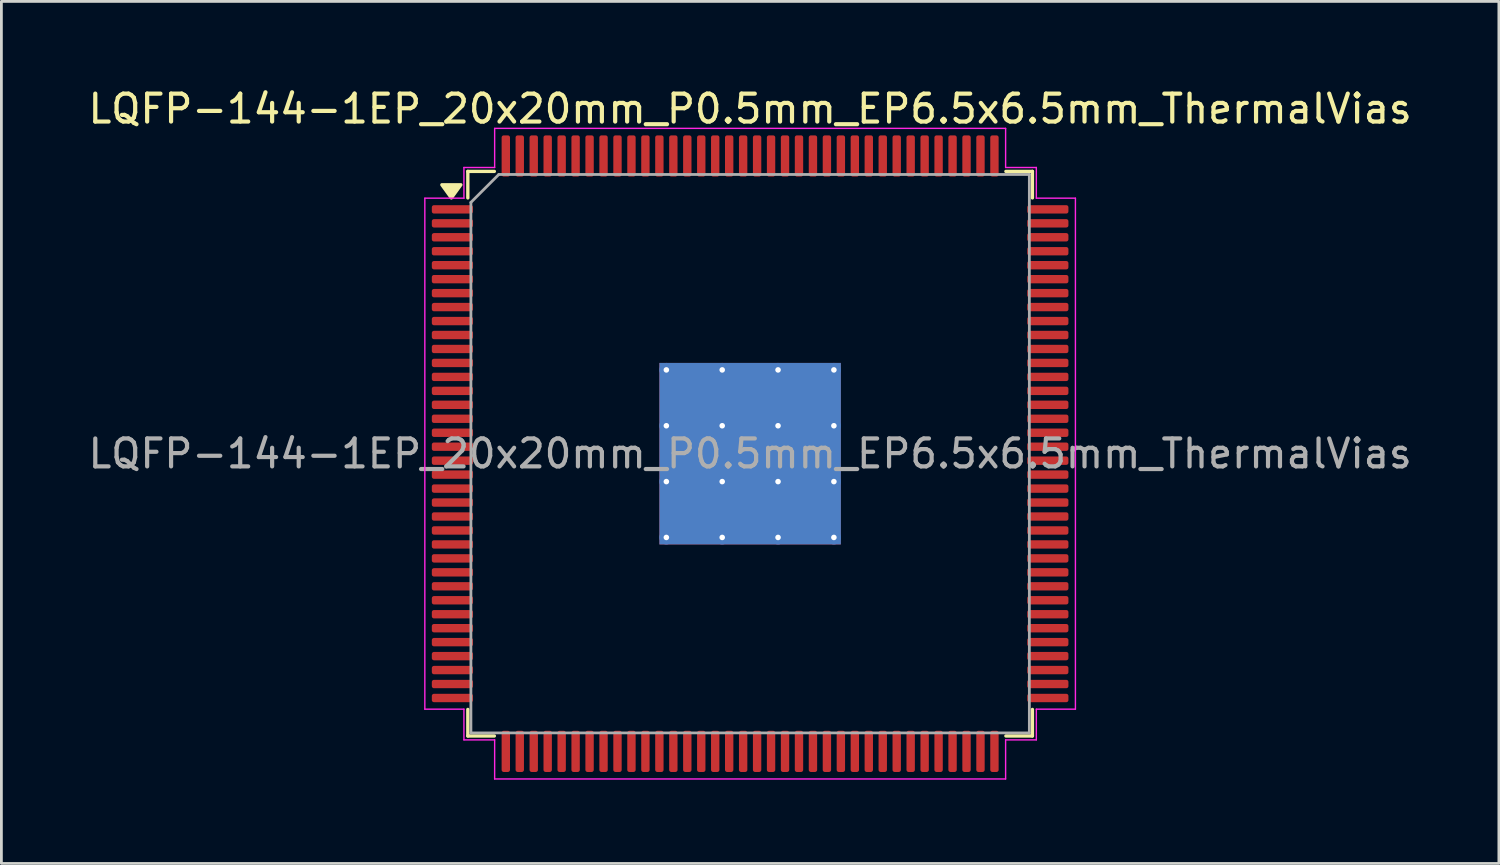
<source format=kicad_pcb>
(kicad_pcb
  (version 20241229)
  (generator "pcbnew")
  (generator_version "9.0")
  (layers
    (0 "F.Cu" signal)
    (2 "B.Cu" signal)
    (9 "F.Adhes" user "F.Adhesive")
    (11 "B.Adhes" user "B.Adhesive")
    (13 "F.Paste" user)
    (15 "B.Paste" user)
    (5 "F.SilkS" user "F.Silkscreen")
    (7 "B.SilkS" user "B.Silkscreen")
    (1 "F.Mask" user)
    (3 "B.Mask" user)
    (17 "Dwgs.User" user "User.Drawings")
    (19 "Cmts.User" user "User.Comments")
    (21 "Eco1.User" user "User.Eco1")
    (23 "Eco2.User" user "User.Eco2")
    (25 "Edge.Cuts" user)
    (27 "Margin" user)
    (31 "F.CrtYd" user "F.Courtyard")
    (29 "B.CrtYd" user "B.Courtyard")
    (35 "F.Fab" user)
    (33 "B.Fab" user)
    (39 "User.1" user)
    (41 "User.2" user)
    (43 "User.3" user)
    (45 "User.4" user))
  (footprint "LQFP-144-1EP_20x20mm_P0.5mm_EP6.5x6.5mm_ThermalVias"
    (layer "F.Cu")
    (at 23.815 13.198)
    (property "Reference" "LQFP-144-1EP_20x20mm_P0.5mm_EP6.5x6.5mm_ThermalVias" (at 0 -12.35 0) (layer "F.SilkS") (effects (font (size 1 1) (thickness 0.15))))
    (attr smd)
    (fp_line (start -10.11 -10.11) (end -10.11 -9.16) (stroke (width 0.12) (type solid)) (layer "F.SilkS"))
    (fp_line (start -10.11 10.11) (end -10.11 9.16) (stroke (width 0.12) (type solid)) (layer "F.SilkS"))
    (fp_line (start -9.16 -10.11) (end -10.11 -10.11) (stroke (width 0.12) (type solid)) (layer "F.SilkS"))
    (fp_line (start -9.16 10.11) (end -10.11 10.11) (stroke (width 0.12) (type solid)) (layer "F.SilkS"))
    (fp_line (start 9.16 -10.11) (end 10.11 -10.11) (stroke (width 0.12) (type solid)) (layer "F.SilkS"))
    (fp_line (start 9.16 10.11) (end 10.11 10.11) (stroke (width 0.12) (type solid)) (layer "F.SilkS"))
    (fp_line (start 10.11 -10.11) (end 10.11 -9.16) (stroke (width 0.12) (type solid)) (layer "F.SilkS"))
    (fp_line (start 10.11 10.11) (end 10.11 9.16) (stroke (width 0.12) (type solid)) (layer "F.SilkS"))
    (fp_poly (pts (xy -10.7 -9.16) (xy -11.04 -9.63) (xy -10.36 -9.63)) (stroke (width 0.12) (type solid)) (fill yes) (layer "F.SilkS"))
    (fp_line (start -11.65 -9.15) (end -10.25 -9.15) (stroke (width 0.05) (type solid)) (layer "F.CrtYd"))
    (fp_line (start -11.65 9.15) (end -11.65 -9.15) (stroke (width 0.05) (type solid)) (layer "F.CrtYd"))
    (fp_line (start -10.25 -10.25) (end -9.15 -10.25) (stroke (width 0.05) (type solid)) (layer "F.CrtYd"))
    (fp_line (start -10.25 -9.15) (end -10.25 -10.25) (stroke (width 0.05) (type solid)) (layer "F.CrtYd"))
    (fp_line (start -10.25 9.15) (end -11.65 9.15) (stroke (width 0.05) (type solid)) (layer "F.CrtYd"))
    (fp_line (start -10.25 10.25) (end -10.25 9.15) (stroke (width 0.05) (type solid)) (layer "F.CrtYd"))
    (fp_line (start -9.15 -11.65) (end 9.15 -11.65) (stroke (width 0.05) (type solid)) (layer "F.CrtYd"))
    (fp_line (start -9.15 -10.25) (end -9.15 -11.65) (stroke (width 0.05) (type solid)) (layer "F.CrtYd"))
    (fp_line (start -9.15 10.25) (end -10.25 10.25) (stroke (width 0.05) (type solid)) (layer "F.CrtYd"))
    (fp_line (start -9.15 11.65) (end -9.15 10.25) (stroke (width 0.05) (type solid)) (layer "F.CrtYd"))
    (fp_line (start 9.15 -11.65) (end 9.15 -10.25) (stroke (width 0.05) (type solid)) (layer "F.CrtYd"))
    (fp_line (start 9.15 -10.25) (end 10.25 -10.25) (stroke (width 0.05) (type solid)) (layer "F.CrtYd"))
    (fp_line (start 9.15 10.25) (end 9.15 11.65) (stroke (width 0.05) (type solid)) (layer "F.CrtYd"))
    (fp_line (start 9.15 11.65) (end -9.15 11.65) (stroke (width 0.05) (type solid)) (layer "F.CrtYd"))
    (fp_line (start 10.25 -10.25) (end 10.25 -9.15) (stroke (width 0.05) (type solid)) (layer "F.CrtYd"))
    (fp_line (start 10.25 -9.15) (end 11.65 -9.15) (stroke (width 0.05) (type solid)) (layer "F.CrtYd"))
    (fp_line (start 10.25 9.15) (end 10.25 10.25) (stroke (width 0.05) (type solid)) (layer "F.CrtYd"))
    (fp_line (start 10.25 10.25) (end 9.15 10.25) (stroke (width 0.05) (type solid)) (layer "F.CrtYd"))
    (fp_line (start 11.65 -9.15) (end 11.65 9.15) (stroke (width 0.05) (type solid)) (layer "F.CrtYd"))
    (fp_line (start 11.65 9.15) (end 10.25 9.15) (stroke (width 0.05) (type solid)) (layer "F.CrtYd"))
    (fp_line (start -10 -9) (end -9 -10) (stroke (width 0.1) (type solid)) (layer "F.Fab"))
    (fp_line (start -10 10) (end -10 -9) (stroke (width 0.1) (type solid)) (layer "F.Fab"))
    (fp_line (start -9 -10) (end 10 -10) (stroke (width 0.1) (type solid)) (layer "F.Fab"))
    (fp_line (start 10 -10) (end 10 10) (stroke (width 0.1) (type solid)) (layer "F.Fab"))
    (fp_line (start 10 10) (end -10 10) (stroke (width 0.1) (type solid)) (layer "F.Fab"))
    (fp_text user "${REFERENCE}" (at 0 0 0) (layer "F.Fab") (effects (font (size 1 1) (thickness 0.15))))
    (pad "" smd roundrect (at -2.17 -2.17) (size 1.75 1.75) (layers "F.Paste") (roundrect_rratio 0.143))
    (pad "" smd roundrect (at -2.17 0) (size 1.75 1.75) (layers "F.Paste") (roundrect_rratio 0.143))
    (pad "" smd roundrect (at -2.17 2.17) (size 1.75 1.75) (layers "F.Paste") (roundrect_rratio 0.143))
    (pad "" smd roundrect (at 0 -2.17) (size 1.75 1.75) (layers "F.Paste") (roundrect_rratio 0.143))
    (pad "" smd roundrect (at 0 0) (size 1.75 1.75) (layers "F.Paste") (roundrect_rratio 0.143))
    (pad "" smd roundrect (at 0 2.17) (size 1.75 1.75) (layers "F.Paste") (roundrect_rratio 0.143))
    (pad "" smd roundrect (at 2.17 -2.17) (size 1.75 1.75) (layers "F.Paste") (roundrect_rratio 0.143))
    (pad "" smd roundrect (at 2.17 0) (size 1.75 1.75) (layers "F.Paste") (roundrect_rratio 0.143))
    (pad "" smd roundrect (at 2.17 2.17) (size 1.75 1.75) (layers "F.Paste") (roundrect_rratio 0.143))
    (pad "1" smd roundrect (at -10.662 -8.75) (size 1.475 0.3) (layers "F.Cu" "F.Mask" "F.Paste") (roundrect_rratio 0.25))
    (pad "2" smd roundrect (at -10.662 -8.25) (size 1.475 0.3) (layers "F.Cu" "F.Mask" "F.Paste") (roundrect_rratio 0.25))
    (pad "3" smd roundrect (at -10.662 -7.75) (size 1.475 0.3) (layers "F.Cu" "F.Mask" "F.Paste") (roundrect_rratio 0.25))
    (pad "4" smd roundrect (at -10.662 -7.25) (size 1.475 0.3) (layers "F.Cu" "F.Mask" "F.Paste") (roundrect_rratio 0.25))
    (pad "5" smd roundrect (at -10.662 -6.75) (size 1.475 0.3) (layers "F.Cu" "F.Mask" "F.Paste") (roundrect_rratio 0.25))
    (pad "6" smd roundrect (at -10.662 -6.25) (size 1.475 0.3) (layers "F.Cu" "F.Mask" "F.Paste") (roundrect_rratio 0.25))
    (pad "7" smd roundrect (at -10.662 -5.75) (size 1.475 0.3) (layers "F.Cu" "F.Mask" "F.Paste") (roundrect_rratio 0.25))
    (pad "8" smd roundrect (at -10.662 -5.25) (size 1.475 0.3) (layers "F.Cu" "F.Mask" "F.Paste") (roundrect_rratio 0.25))
    (pad "9" smd roundrect (at -10.662 -4.75) (size 1.475 0.3) (layers "F.Cu" "F.Mask" "F.Paste") (roundrect_rratio 0.25))
    (pad "10" smd roundrect (at -10.662 -4.25) (size 1.475 0.3) (layers "F.Cu" "F.Mask" "F.Paste") (roundrect_rratio 0.25))
    (pad "11" smd roundrect (at -10.662 -3.75) (size 1.475 0.3) (layers "F.Cu" "F.Mask" "F.Paste") (roundrect_rratio 0.25))
    (pad "12" smd roundrect (at -10.662 -3.25) (size 1.475 0.3) (layers "F.Cu" "F.Mask" "F.Paste") (roundrect_rratio 0.25))
    (pad "13" smd roundrect (at -10.662 -2.75) (size 1.475 0.3) (layers "F.Cu" "F.Mask" "F.Paste") (roundrect_rratio 0.25))
    (pad "14" smd roundrect (at -10.662 -2.25) (size 1.475 0.3) (layers "F.Cu" "F.Mask" "F.Paste") (roundrect_rratio 0.25))
    (pad "15" smd roundrect (at -10.662 -1.75) (size 1.475 0.3) (layers "F.Cu" "F.Mask" "F.Paste") (roundrect_rratio 0.25))
    (pad "16" smd roundrect (at -10.662 -1.25) (size 1.475 0.3) (layers "F.Cu" "F.Mask" "F.Paste") (roundrect_rratio 0.25))
    (pad "17" smd roundrect (at -10.662 -0.75) (size 1.475 0.3) (layers "F.Cu" "F.Mask" "F.Paste") (roundrect_rratio 0.25))
    (pad "18" smd roundrect (at -10.662 -0.25) (size 1.475 0.3) (layers "F.Cu" "F.Mask" "F.Paste") (roundrect_rratio 0.25))
    (pad "19" smd roundrect (at -10.662 0.25) (size 1.475 0.3) (layers "F.Cu" "F.Mask" "F.Paste") (roundrect_rratio 0.25))
    (pad "20" smd roundrect (at -10.662 0.75) (size 1.475 0.3) (layers "F.Cu" "F.Mask" "F.Paste") (roundrect_rratio 0.25))
    (pad "21" smd roundrect (at -10.662 1.25) (size 1.475 0.3) (layers "F.Cu" "F.Mask" "F.Paste") (roundrect_rratio 0.25))
    (pad "22" smd roundrect (at -10.662 1.75) (size 1.475 0.3) (layers "F.Cu" "F.Mask" "F.Paste") (roundrect_rratio 0.25))
    (pad "23" smd roundrect (at -10.662 2.25) (size 1.475 0.3) (layers "F.Cu" "F.Mask" "F.Paste") (roundrect_rratio 0.25))
    (pad "24" smd roundrect (at -10.662 2.75) (size 1.475 0.3) (layers "F.Cu" "F.Mask" "F.Paste") (roundrect_rratio 0.25))
    (pad "25" smd roundrect (at -10.662 3.25) (size 1.475 0.3) (layers "F.Cu" "F.Mask" "F.Paste") (roundrect_rratio 0.25))
    (pad "26" smd roundrect (at -10.662 3.75) (size 1.475 0.3) (layers "F.Cu" "F.Mask" "F.Paste") (roundrect_rratio 0.25))
    (pad "27" smd roundrect (at -10.662 4.25) (size 1.475 0.3) (layers "F.Cu" "F.Mask" "F.Paste") (roundrect_rratio 0.25))
    (pad "28" smd roundrect (at -10.662 4.75) (size 1.475 0.3) (layers "F.Cu" "F.Mask" "F.Paste") (roundrect_rratio 0.25))
    (pad "29" smd roundrect (at -10.662 5.25) (size 1.475 0.3) (layers "F.Cu" "F.Mask" "F.Paste") (roundrect_rratio 0.25))
    (pad "30" smd roundrect (at -10.662 5.75) (size 1.475 0.3) (layers "F.Cu" "F.Mask" "F.Paste") (roundrect_rratio 0.25))
    (pad "31" smd roundrect (at -10.662 6.25) (size 1.475 0.3) (layers "F.Cu" "F.Mask" "F.Paste") (roundrect_rratio 0.25))
    (pad "32" smd roundrect (at -10.662 6.75) (size 1.475 0.3) (layers "F.Cu" "F.Mask" "F.Paste") (roundrect_rratio 0.25))
    (pad "33" smd roundrect (at -10.662 7.25) (size 1.475 0.3) (layers "F.Cu" "F.Mask" "F.Paste") (roundrect_rratio 0.25))
    (pad "34" smd roundrect (at -10.662 7.75) (size 1.475 0.3) (layers "F.Cu" "F.Mask" "F.Paste") (roundrect_rratio 0.25))
    (pad "35" smd roundrect (at -10.662 8.25) (size 1.475 0.3) (layers "F.Cu" "F.Mask" "F.Paste") (roundrect_rratio 0.25))
    (pad "36" smd roundrect (at -10.662 8.75) (size 1.475 0.3) (layers "F.Cu" "F.Mask" "F.Paste") (roundrect_rratio 0.25))
    (pad "37" smd roundrect (at -8.75 10.662) (size 0.3 1.475) (layers "F.Cu" "F.Mask" "F.Paste") (roundrect_rratio 0.25))
    (pad "38" smd roundrect (at -8.25 10.662) (size 0.3 1.475) (layers "F.Cu" "F.Mask" "F.Paste") (roundrect_rratio 0.25))
    (pad "39" smd roundrect (at -7.75 10.662) (size 0.3 1.475) (layers "F.Cu" "F.Mask" "F.Paste") (roundrect_rratio 0.25))
    (pad "40" smd roundrect (at -7.25 10.662) (size 0.3 1.475) (layers "F.Cu" "F.Mask" "F.Paste") (roundrect_rratio 0.25))
    (pad "41" smd roundrect (at -6.75 10.662) (size 0.3 1.475) (layers "F.Cu" "F.Mask" "F.Paste") (roundrect_rratio 0.25))
    (pad "42" smd roundrect (at -6.25 10.662) (size 0.3 1.475) (layers "F.Cu" "F.Mask" "F.Paste") (roundrect_rratio 0.25))
    (pad "43" smd roundrect (at -5.75 10.662) (size 0.3 1.475) (layers "F.Cu" "F.Mask" "F.Paste") (roundrect_rratio 0.25))
    (pad "44" smd roundrect (at -5.25 10.662) (size 0.3 1.475) (layers "F.Cu" "F.Mask" "F.Paste") (roundrect_rratio 0.25))
    (pad "45" smd roundrect (at -4.75 10.662) (size 0.3 1.475) (layers "F.Cu" "F.Mask" "F.Paste") (roundrect_rratio 0.25))
    (pad "46" smd roundrect (at -4.25 10.662) (size 0.3 1.475) (layers "F.Cu" "F.Mask" "F.Paste") (roundrect_rratio 0.25))
    (pad "47" smd roundrect (at -3.75 10.662) (size 0.3 1.475) (layers "F.Cu" "F.Mask" "F.Paste") (roundrect_rratio 0.25))
    (pad "48" smd roundrect (at -3.25 10.662) (size 0.3 1.475) (layers "F.Cu" "F.Mask" "F.Paste") (roundrect_rratio 0.25))
    (pad "49" smd roundrect (at -2.75 10.662) (size 0.3 1.475) (layers "F.Cu" "F.Mask" "F.Paste") (roundrect_rratio 0.25))
    (pad "50" smd roundrect (at -2.25 10.662) (size 0.3 1.475) (layers "F.Cu" "F.Mask" "F.Paste") (roundrect_rratio 0.25))
    (pad "51" smd roundrect (at -1.75 10.662) (size 0.3 1.475) (layers "F.Cu" "F.Mask" "F.Paste") (roundrect_rratio 0.25))
    (pad "52" smd roundrect (at -1.25 10.662) (size 0.3 1.475) (layers "F.Cu" "F.Mask" "F.Paste") (roundrect_rratio 0.25))
    (pad "53" smd roundrect (at -0.75 10.662) (size 0.3 1.475) (layers "F.Cu" "F.Mask" "F.Paste") (roundrect_rratio 0.25))
    (pad "54" smd roundrect (at -0.25 10.662) (size 0.3 1.475) (layers "F.Cu" "F.Mask" "F.Paste") (roundrect_rratio 0.25))
    (pad "55" smd roundrect (at 0.25 10.662) (size 0.3 1.475) (layers "F.Cu" "F.Mask" "F.Paste") (roundrect_rratio 0.25))
    (pad "56" smd roundrect (at 0.75 10.662) (size 0.3 1.475) (layers "F.Cu" "F.Mask" "F.Paste") (roundrect_rratio 0.25))
    (pad "57" smd roundrect (at 1.25 10.662) (size 0.3 1.475) (layers "F.Cu" "F.Mask" "F.Paste") (roundrect_rratio 0.25))
    (pad "58" smd roundrect (at 1.75 10.662) (size 0.3 1.475) (layers "F.Cu" "F.Mask" "F.Paste") (roundrect_rratio 0.25))
    (pad "59" smd roundrect (at 2.25 10.662) (size 0.3 1.475) (layers "F.Cu" "F.Mask" "F.Paste") (roundrect_rratio 0.25))
    (pad "60" smd roundrect (at 2.75 10.662) (size 0.3 1.475) (layers "F.Cu" "F.Mask" "F.Paste") (roundrect_rratio 0.25))
    (pad "61" smd roundrect (at 3.25 10.662) (size 0.3 1.475) (layers "F.Cu" "F.Mask" "F.Paste") (roundrect_rratio 0.25))
    (pad "62" smd roundrect (at 3.75 10.662) (size 0.3 1.475) (layers "F.Cu" "F.Mask" "F.Paste") (roundrect_rratio 0.25))
    (pad "63" smd roundrect (at 4.25 10.662) (size 0.3 1.475) (layers "F.Cu" "F.Mask" "F.Paste") (roundrect_rratio 0.25))
    (pad "64" smd roundrect (at 4.75 10.662) (size 0.3 1.475) (layers "F.Cu" "F.Mask" "F.Paste") (roundrect_rratio 0.25))
    (pad "65" smd roundrect (at 5.25 10.662) (size 0.3 1.475) (layers "F.Cu" "F.Mask" "F.Paste") (roundrect_rratio 0.25))
    (pad "66" smd roundrect (at 5.75 10.662) (size 0.3 1.475) (layers "F.Cu" "F.Mask" "F.Paste") (roundrect_rratio 0.25))
    (pad "67" smd roundrect (at 6.25 10.662) (size 0.3 1.475) (layers "F.Cu" "F.Mask" "F.Paste") (roundrect_rratio 0.25))
    (pad "68" smd roundrect (at 6.75 10.662) (size 0.3 1.475) (layers "F.Cu" "F.Mask" "F.Paste") (roundrect_rratio 0.25))
    (pad "69" smd roundrect (at 7.25 10.662) (size 0.3 1.475) (layers "F.Cu" "F.Mask" "F.Paste") (roundrect_rratio 0.25))
    (pad "70" smd roundrect (at 7.75 10.662) (size 0.3 1.475) (layers "F.Cu" "F.Mask" "F.Paste") (roundrect_rratio 0.25))
    (pad "71" smd roundrect (at 8.25 10.662) (size 0.3 1.475) (layers "F.Cu" "F.Mask" "F.Paste") (roundrect_rratio 0.25))
    (pad "72" smd roundrect (at 8.75 10.662) (size 0.3 1.475) (layers "F.Cu" "F.Mask" "F.Paste") (roundrect_rratio 0.25))
    (pad "73" smd roundrect (at 10.662 8.75) (size 1.475 0.3) (layers "F.Cu" "F.Mask" "F.Paste") (roundrect_rratio 0.25))
    (pad "74" smd roundrect (at 10.662 8.25) (size 1.475 0.3) (layers "F.Cu" "F.Mask" "F.Paste") (roundrect_rratio 0.25))
    (pad "75" smd roundrect (at 10.662 7.75) (size 1.475 0.3) (layers "F.Cu" "F.Mask" "F.Paste") (roundrect_rratio 0.25))
    (pad "76" smd roundrect (at 10.662 7.25) (size 1.475 0.3) (layers "F.Cu" "F.Mask" "F.Paste") (roundrect_rratio 0.25))
    (pad "77" smd roundrect (at 10.662 6.75) (size 1.475 0.3) (layers "F.Cu" "F.Mask" "F.Paste") (roundrect_rratio 0.25))
    (pad "78" smd roundrect (at 10.662 6.25) (size 1.475 0.3) (layers "F.Cu" "F.Mask" "F.Paste") (roundrect_rratio 0.25))
    (pad "79" smd roundrect (at 10.662 5.75) (size 1.475 0.3) (layers "F.Cu" "F.Mask" "F.Paste") (roundrect_rratio 0.25))
    (pad "80" smd roundrect (at 10.662 5.25) (size 1.475 0.3) (layers "F.Cu" "F.Mask" "F.Paste") (roundrect_rratio 0.25))
    (pad "81" smd roundrect (at 10.662 4.75) (size 1.475 0.3) (layers "F.Cu" "F.Mask" "F.Paste") (roundrect_rratio 0.25))
    (pad "82" smd roundrect (at 10.662 4.25) (size 1.475 0.3) (layers "F.Cu" "F.Mask" "F.Paste") (roundrect_rratio 0.25))
    (pad "83" smd roundrect (at 10.662 3.75) (size 1.475 0.3) (layers "F.Cu" "F.Mask" "F.Paste") (roundrect_rratio 0.25))
    (pad "84" smd roundrect (at 10.662 3.25) (size 1.475 0.3) (layers "F.Cu" "F.Mask" "F.Paste") (roundrect_rratio 0.25))
    (pad "85" smd roundrect (at 10.662 2.75) (size 1.475 0.3) (layers "F.Cu" "F.Mask" "F.Paste") (roundrect_rratio 0.25))
    (pad "86" smd roundrect (at 10.662 2.25) (size 1.475 0.3) (layers "F.Cu" "F.Mask" "F.Paste") (roundrect_rratio 0.25))
    (pad "87" smd roundrect (at 10.662 1.75) (size 1.475 0.3) (layers "F.Cu" "F.Mask" "F.Paste") (roundrect_rratio 0.25))
    (pad "88" smd roundrect (at 10.662 1.25) (size 1.475 0.3) (layers "F.Cu" "F.Mask" "F.Paste") (roundrect_rratio 0.25))
    (pad "89" smd roundrect (at 10.662 0.75) (size 1.475 0.3) (layers "F.Cu" "F.Mask" "F.Paste") (roundrect_rratio 0.25))
    (pad "90" smd roundrect (at 10.662 0.25) (size 1.475 0.3) (layers "F.Cu" "F.Mask" "F.Paste") (roundrect_rratio 0.25))
    (pad "91" smd roundrect (at 10.662 -0.25) (size 1.475 0.3) (layers "F.Cu" "F.Mask" "F.Paste") (roundrect_rratio 0.25))
    (pad "92" smd roundrect (at 10.662 -0.75) (size 1.475 0.3) (layers "F.Cu" "F.Mask" "F.Paste") (roundrect_rratio 0.25))
    (pad "93" smd roundrect (at 10.662 -1.25) (size 1.475 0.3) (layers "F.Cu" "F.Mask" "F.Paste") (roundrect_rratio 0.25))
    (pad "94" smd roundrect (at 10.662 -1.75) (size 1.475 0.3) (layers "F.Cu" "F.Mask" "F.Paste") (roundrect_rratio 0.25))
    (pad "95" smd roundrect (at 10.662 -2.25) (size 1.475 0.3) (layers "F.Cu" "F.Mask" "F.Paste") (roundrect_rratio 0.25))
    (pad "96" smd roundrect (at 10.662 -2.75) (size 1.475 0.3) (layers "F.Cu" "F.Mask" "F.Paste") (roundrect_rratio 0.25))
    (pad "97" smd roundrect (at 10.662 -3.25) (size 1.475 0.3) (layers "F.Cu" "F.Mask" "F.Paste") (roundrect_rratio 0.25))
    (pad "98" smd roundrect (at 10.662 -3.75) (size 1.475 0.3) (layers "F.Cu" "F.Mask" "F.Paste") (roundrect_rratio 0.25))
    (pad "99" smd roundrect (at 10.662 -4.25) (size 1.475 0.3) (layers "F.Cu" "F.Mask" "F.Paste") (roundrect_rratio 0.25))
    (pad "100" smd roundrect (at 10.662 -4.75) (size 1.475 0.3) (layers "F.Cu" "F.Mask" "F.Paste") (roundrect_rratio 0.25))
    (pad "101" smd roundrect (at 10.662 -5.25) (size 1.475 0.3) (layers "F.Cu" "F.Mask" "F.Paste") (roundrect_rratio 0.25))
    (pad "102" smd roundrect (at 10.662 -5.75) (size 1.475 0.3) (layers "F.Cu" "F.Mask" "F.Paste") (roundrect_rratio 0.25))
    (pad "103" smd roundrect (at 10.662 -6.25) (size 1.475 0.3) (layers "F.Cu" "F.Mask" "F.Paste") (roundrect_rratio 0.25))
    (pad "104" smd roundrect (at 10.662 -6.75) (size 1.475 0.3) (layers "F.Cu" "F.Mask" "F.Paste") (roundrect_rratio 0.25))
    (pad "105" smd roundrect (at 10.662 -7.25) (size 1.475 0.3) (layers "F.Cu" "F.Mask" "F.Paste") (roundrect_rratio 0.25))
    (pad "106" smd roundrect (at 10.662 -7.75) (size 1.475 0.3) (layers "F.Cu" "F.Mask" "F.Paste") (roundrect_rratio 0.25))
    (pad "107" smd roundrect (at 10.662 -8.25) (size 1.475 0.3) (layers "F.Cu" "F.Mask" "F.Paste") (roundrect_rratio 0.25))
    (pad "108" smd roundrect (at 10.662 -8.75) (size 1.475 0.3) (layers "F.Cu" "F.Mask" "F.Paste") (roundrect_rratio 0.25))
    (pad "109" smd roundrect (at 8.75 -10.662) (size 0.3 1.475) (layers "F.Cu" "F.Mask" "F.Paste") (roundrect_rratio 0.25))
    (pad "110" smd roundrect (at 8.25 -10.662) (size 0.3 1.475) (layers "F.Cu" "F.Mask" "F.Paste") (roundrect_rratio 0.25))
    (pad "111" smd roundrect (at 7.75 -10.662) (size 0.3 1.475) (layers "F.Cu" "F.Mask" "F.Paste") (roundrect_rratio 0.25))
    (pad "112" smd roundrect (at 7.25 -10.662) (size 0.3 1.475) (layers "F.Cu" "F.Mask" "F.Paste") (roundrect_rratio 0.25))
    (pad "113" smd roundrect (at 6.75 -10.662) (size 0.3 1.475) (layers "F.Cu" "F.Mask" "F.Paste") (roundrect_rratio 0.25))
    (pad "114" smd roundrect (at 6.25 -10.662) (size 0.3 1.475) (layers "F.Cu" "F.Mask" "F.Paste") (roundrect_rratio 0.25))
    (pad "115" smd roundrect (at 5.75 -10.662) (size 0.3 1.475) (layers "F.Cu" "F.Mask" "F.Paste") (roundrect_rratio 0.25))
    (pad "116" smd roundrect (at 5.25 -10.662) (size 0.3 1.475) (layers "F.Cu" "F.Mask" "F.Paste") (roundrect_rratio 0.25))
    (pad "117" smd roundrect (at 4.75 -10.662) (size 0.3 1.475) (layers "F.Cu" "F.Mask" "F.Paste") (roundrect_rratio 0.25))
    (pad "118" smd roundrect (at 4.25 -10.662) (size 0.3 1.475) (layers "F.Cu" "F.Mask" "F.Paste") (roundrect_rratio 0.25))
    (pad "119" smd roundrect (at 3.75 -10.662) (size 0.3 1.475) (layers "F.Cu" "F.Mask" "F.Paste") (roundrect_rratio 0.25))
    (pad "120" smd roundrect (at 3.25 -10.662) (size 0.3 1.475) (layers "F.Cu" "F.Mask" "F.Paste") (roundrect_rratio 0.25))
    (pad "121" smd roundrect (at 2.75 -10.662) (size 0.3 1.475) (layers "F.Cu" "F.Mask" "F.Paste") (roundrect_rratio 0.25))
    (pad "122" smd roundrect (at 2.25 -10.662) (size 0.3 1.475) (layers "F.Cu" "F.Mask" "F.Paste") (roundrect_rratio 0.25))
    (pad "123" smd roundrect (at 1.75 -10.662) (size 0.3 1.475) (layers "F.Cu" "F.Mask" "F.Paste") (roundrect_rratio 0.25))
    (pad "124" smd roundrect (at 1.25 -10.662) (size 0.3 1.475) (layers "F.Cu" "F.Mask" "F.Paste") (roundrect_rratio 0.25))
    (pad "125" smd roundrect (at 0.75 -10.662) (size 0.3 1.475) (layers "F.Cu" "F.Mask" "F.Paste") (roundrect_rratio 0.25))
    (pad "126" smd roundrect (at 0.25 -10.662) (size 0.3 1.475) (layers "F.Cu" "F.Mask" "F.Paste") (roundrect_rratio 0.25))
    (pad "127" smd roundrect (at -0.25 -10.662) (size 0.3 1.475) (layers "F.Cu" "F.Mask" "F.Paste") (roundrect_rratio 0.25))
    (pad "128" smd roundrect (at -0.75 -10.662) (size 0.3 1.475) (layers "F.Cu" "F.Mask" "F.Paste") (roundrect_rratio 0.25))
    (pad "129" smd roundrect (at -1.25 -10.662) (size 0.3 1.475) (layers "F.Cu" "F.Mask" "F.Paste") (roundrect_rratio 0.25))
    (pad "130" smd roundrect (at -1.75 -10.662) (size 0.3 1.475) (layers "F.Cu" "F.Mask" "F.Paste") (roundrect_rratio 0.25))
    (pad "131" smd roundrect (at -2.25 -10.662) (size 0.3 1.475) (layers "F.Cu" "F.Mask" "F.Paste") (roundrect_rratio 0.25))
    (pad "132" smd roundrect (at -2.75 -10.662) (size 0.3 1.475) (layers "F.Cu" "F.Mask" "F.Paste") (roundrect_rratio 0.25))
    (pad "133" smd roundrect (at -3.25 -10.662) (size 0.3 1.475) (layers "F.Cu" "F.Mask" "F.Paste") (roundrect_rratio 0.25))
    (pad "134" smd roundrect (at -3.75 -10.662) (size 0.3 1.475) (layers "F.Cu" "F.Mask" "F.Paste") (roundrect_rratio 0.25))
    (pad "135" smd roundrect (at -4.25 -10.662) (size 0.3 1.475) (layers "F.Cu" "F.Mask" "F.Paste") (roundrect_rratio 0.25))
    (pad "136" smd roundrect (at -4.75 -10.662) (size 0.3 1.475) (layers "F.Cu" "F.Mask" "F.Paste") (roundrect_rratio 0.25))
    (pad "137" smd roundrect (at -5.25 -10.662) (size 0.3 1.475) (layers "F.Cu" "F.Mask" "F.Paste") (roundrect_rratio 0.25))
    (pad "138" smd roundrect (at -5.75 -10.662) (size 0.3 1.475) (layers "F.Cu" "F.Mask" "F.Paste") (roundrect_rratio 0.25))
    (pad "139" smd roundrect (at -6.25 -10.662) (size 0.3 1.475) (layers "F.Cu" "F.Mask" "F.Paste") (roundrect_rratio 0.25))
    (pad "140" smd roundrect (at -6.75 -10.662) (size 0.3 1.475) (layers "F.Cu" "F.Mask" "F.Paste") (roundrect_rratio 0.25))
    (pad "141" smd roundrect (at -7.25 -10.662) (size 0.3 1.475) (layers "F.Cu" "F.Mask" "F.Paste") (roundrect_rratio 0.25))
    (pad "142" smd roundrect (at -7.75 -10.662) (size 0.3 1.475) (layers "F.Cu" "F.Mask" "F.Paste") (roundrect_rratio 0.25))
    (pad "143" smd roundrect (at -8.25 -10.662) (size 0.3 1.475) (layers "F.Cu" "F.Mask" "F.Paste") (roundrect_rratio 0.25))
    (pad "144" smd roundrect (at -8.75 -10.662) (size 0.3 1.475) (layers "F.Cu" "F.Mask" "F.Paste") (roundrect_rratio 0.25))
    (pad "145" thru_hole circle (at -3 -3) (size 0.5 0.5) (drill 0.2) (property pad_prop_heatsink) (layers "*.Cu"))
    (pad "145" thru_hole circle (at -3 -1) (size 0.5 0.5) (drill 0.2) (property pad_prop_heatsink) (layers "*.Cu"))
    (pad "145" thru_hole circle (at -3 1) (size 0.5 0.5) (drill 0.2) (property pad_prop_heatsink) (layers "*.Cu"))
    (pad "145" thru_hole circle (at -3 3) (size 0.5 0.5) (drill 0.2) (property pad_prop_heatsink) (layers "*.Cu"))
    (pad "145" thru_hole circle (at -1 -3) (size 0.5 0.5) (drill 0.2) (property pad_prop_heatsink) (layers "*.Cu"))
    (pad "145" thru_hole circle (at -1 -1) (size 0.5 0.5) (drill 0.2) (property pad_prop_heatsink) (layers "*.Cu"))
    (pad "145" thru_hole circle (at -1 1) (size 0.5 0.5) (drill 0.2) (property pad_prop_heatsink) (layers "*.Cu"))
    (pad "145" thru_hole circle (at -1 3) (size 0.5 0.5) (drill 0.2) (property pad_prop_heatsink) (layers "*.Cu"))
    (pad "145" smd rect (at 0 0) (size 6.5 6.5) (property pad_prop_heatsink) (layers "F.Cu" "F.Mask"))
    (pad "145" smd rect (at 0 0) (size 6.5 6.5) (property pad_prop_heatsink) (layers "B.Cu"))
    (pad "145" thru_hole circle (at 1 -3) (size 0.5 0.5) (drill 0.2) (property pad_prop_heatsink) (layers "*.Cu"))
    (pad "145" thru_hole circle (at 1 -1) (size 0.5 0.5) (drill 0.2) (property pad_prop_heatsink) (layers "*.Cu"))
    (pad "145" thru_hole circle (at 1 1) (size 0.5 0.5) (drill 0.2) (property pad_prop_heatsink) (layers "*.Cu"))
    (pad "145" thru_hole circle (at 1 3) (size 0.5 0.5) (drill 0.2) (property pad_prop_heatsink) (layers "*.Cu"))
    (pad "145" thru_hole circle (at 3 -3) (size 0.5 0.5) (drill 0.2) (property pad_prop_heatsink) (layers "*.Cu"))
    (pad "145" thru_hole circle (at 3 -1) (size 0.5 0.5) (drill 0.2) (property pad_prop_heatsink) (layers "*.Cu"))
    (pad "145" thru_hole circle (at 3 1) (size 0.5 0.5) (drill 0.2) (property pad_prop_heatsink) (layers "*.Cu"))
    (pad "145" thru_hole circle (at 3 3) (size 0.5 0.5) (drill 0.2) (property pad_prop_heatsink) (layers "*.Cu")))
  (gr_rect
    (start -3 -3)
    (end 50.631 27.873)
    (stroke (width 0.1) (type default))
    (fill no)
    (layer "Edge.Cuts")))
</source>
